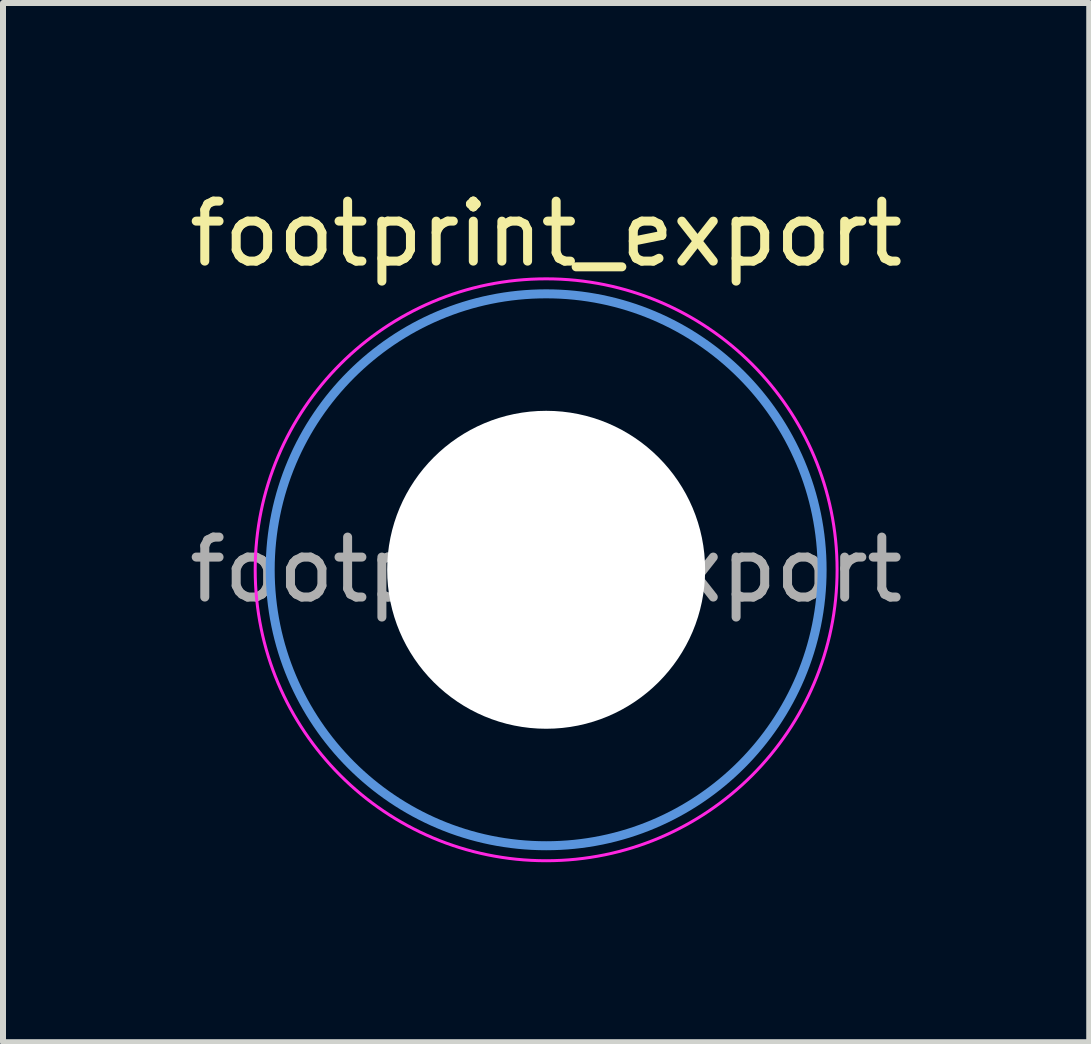
<source format=kicad_pcb>
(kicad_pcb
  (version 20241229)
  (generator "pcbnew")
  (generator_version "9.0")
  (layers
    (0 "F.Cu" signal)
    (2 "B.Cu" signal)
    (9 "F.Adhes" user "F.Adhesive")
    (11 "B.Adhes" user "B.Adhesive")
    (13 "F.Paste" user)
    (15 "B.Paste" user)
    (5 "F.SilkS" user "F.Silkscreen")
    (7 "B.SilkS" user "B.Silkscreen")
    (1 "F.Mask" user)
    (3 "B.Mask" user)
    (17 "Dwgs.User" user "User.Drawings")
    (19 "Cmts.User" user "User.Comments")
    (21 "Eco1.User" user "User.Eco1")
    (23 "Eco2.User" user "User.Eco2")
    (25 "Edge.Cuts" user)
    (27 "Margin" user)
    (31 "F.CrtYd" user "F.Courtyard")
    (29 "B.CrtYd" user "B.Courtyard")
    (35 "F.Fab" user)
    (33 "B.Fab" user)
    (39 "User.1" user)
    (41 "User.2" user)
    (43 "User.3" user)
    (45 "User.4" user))
  (footprint "footprint_export"
    (layer "F.Cu")
    (at 6.054 6.448)
    (property "Reference" "footprint_export" (at 0 -5.6 0) (layer "F.SilkS") (effects (font (size 1 1) (thickness 0.15))))
    (attr exclude_from_pos_files exclude_from_bom)
    (fp_circle (center 0 0) (end 4.6 0) (stroke (width 0.15) (type solid)) (fill no) (layer "Cmts.User"))
    (fp_circle (center 0 0) (end 4.85 0) (stroke (width 0.05) (type solid)) (fill no) (layer "F.CrtYd"))
    (fp_text user "${REFERENCE}" (at 0 0 0) (layer "F.Fab") (effects (font (size 1 1) (thickness 0.15))))
    (pad "" np_thru_hole circle (at 0 0) (size 5.3 5.3) (drill 5.3) (layers "*.Cu" "*.Mask")))
  (gr_rect
    (start -3 -3)
    (end 15.107 14.323)
    (stroke (width 0.1) (type default))
    (fill no)
    (layer "Edge.Cuts")))
</source>
